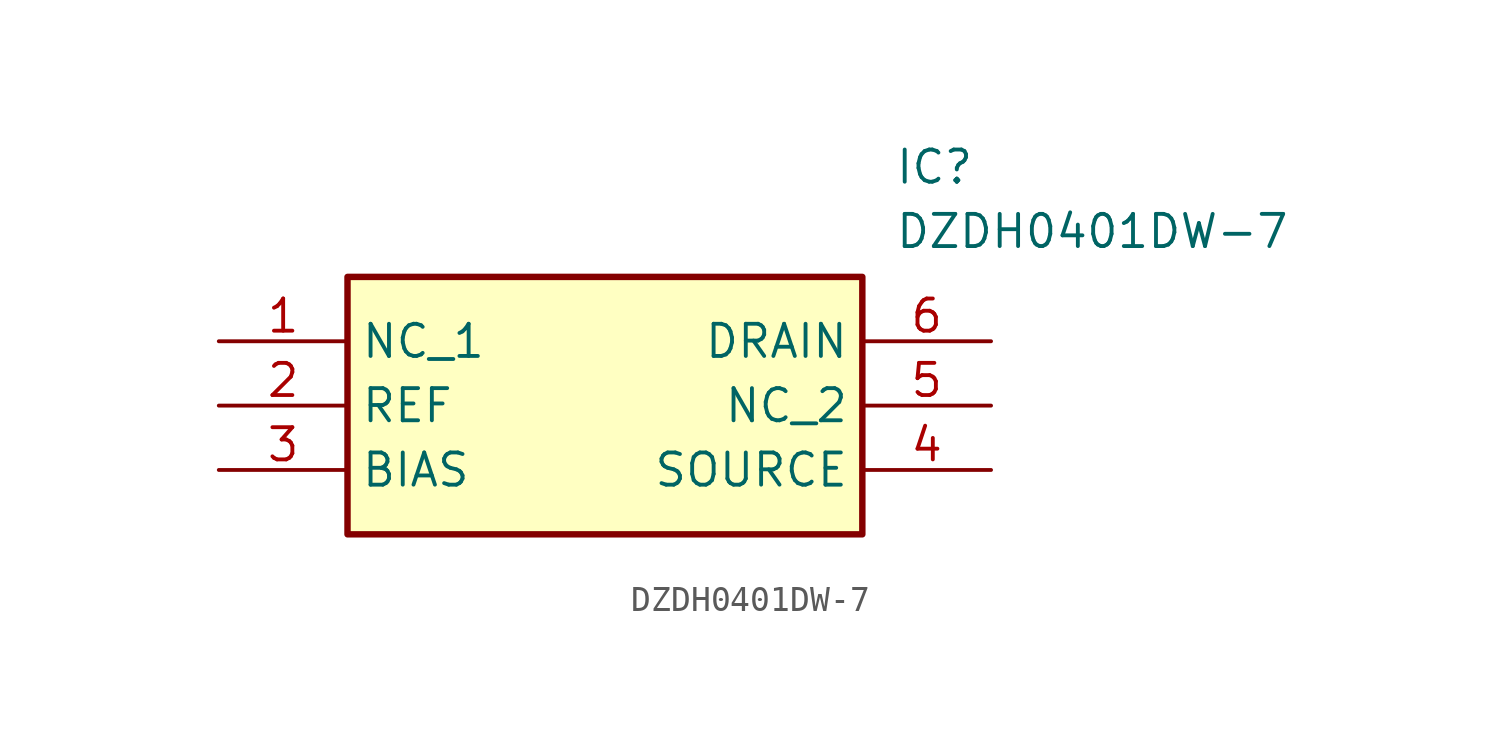
<source format=kicad_sym>
(kicad_symbol_lib
  (version 20241209)
  (generator "kicad_symbol_editor")
  (generator_version "9.0")
  (symbol "DZDH0401DW-7"
    (property "Reference" "IC"
      (at 26.67 7.62 0)
      (effects (font (size 1.27 1.27)) (justify left top)))
    (property "Value" "DZDH0401DW-7"
      (at 26.67 5.08 0)
      (effects (font (size 1.27 1.27)) (justify left top)))
    (symbol "DZDH0401DW-7_1_1"
      (rectangle (start 5.08 2.54) (end 25.4 -7.62) (stroke (width 0.254) (type default)) (fill (type background)))
      (pin passive line (at 0 0 0) (length 5.08) (name "NC_1" (effects (font (size 1.27 1.27)))) (number "1" (effects (font (size 1.27 1.27)))))
      (pin passive line (at 0 -2.54 0) (length 5.08) (name "REF" (effects (font (size 1.27 1.27)))) (number "2" (effects (font (size 1.27 1.27)))))
      (pin passive line (at 0 -5.08 0) (length 5.08) (name "BIAS" (effects (font (size 1.27 1.27)))) (number "3" (effects (font (size 1.27 1.27)))))
      (pin passive line (at 30.48 0 180) (length 5.08) (name "DRAIN" (effects (font (size 1.27 1.27)))) (number "6" (effects (font (size 1.27 1.27)))))
      (pin passive line (at 30.48 -2.54 180) (length 5.08) (name "NC_2" (effects (font (size 1.27 1.27)))) (number "5" (effects (font (size 1.27 1.27)))))
      (pin passive line (at 30.48 -5.08 180) (length 5.08) (name "SOURCE" (effects (font (size 1.27 1.27)))) (number "4" (effects (font (size 1.27 1.27))))))))
</source>
